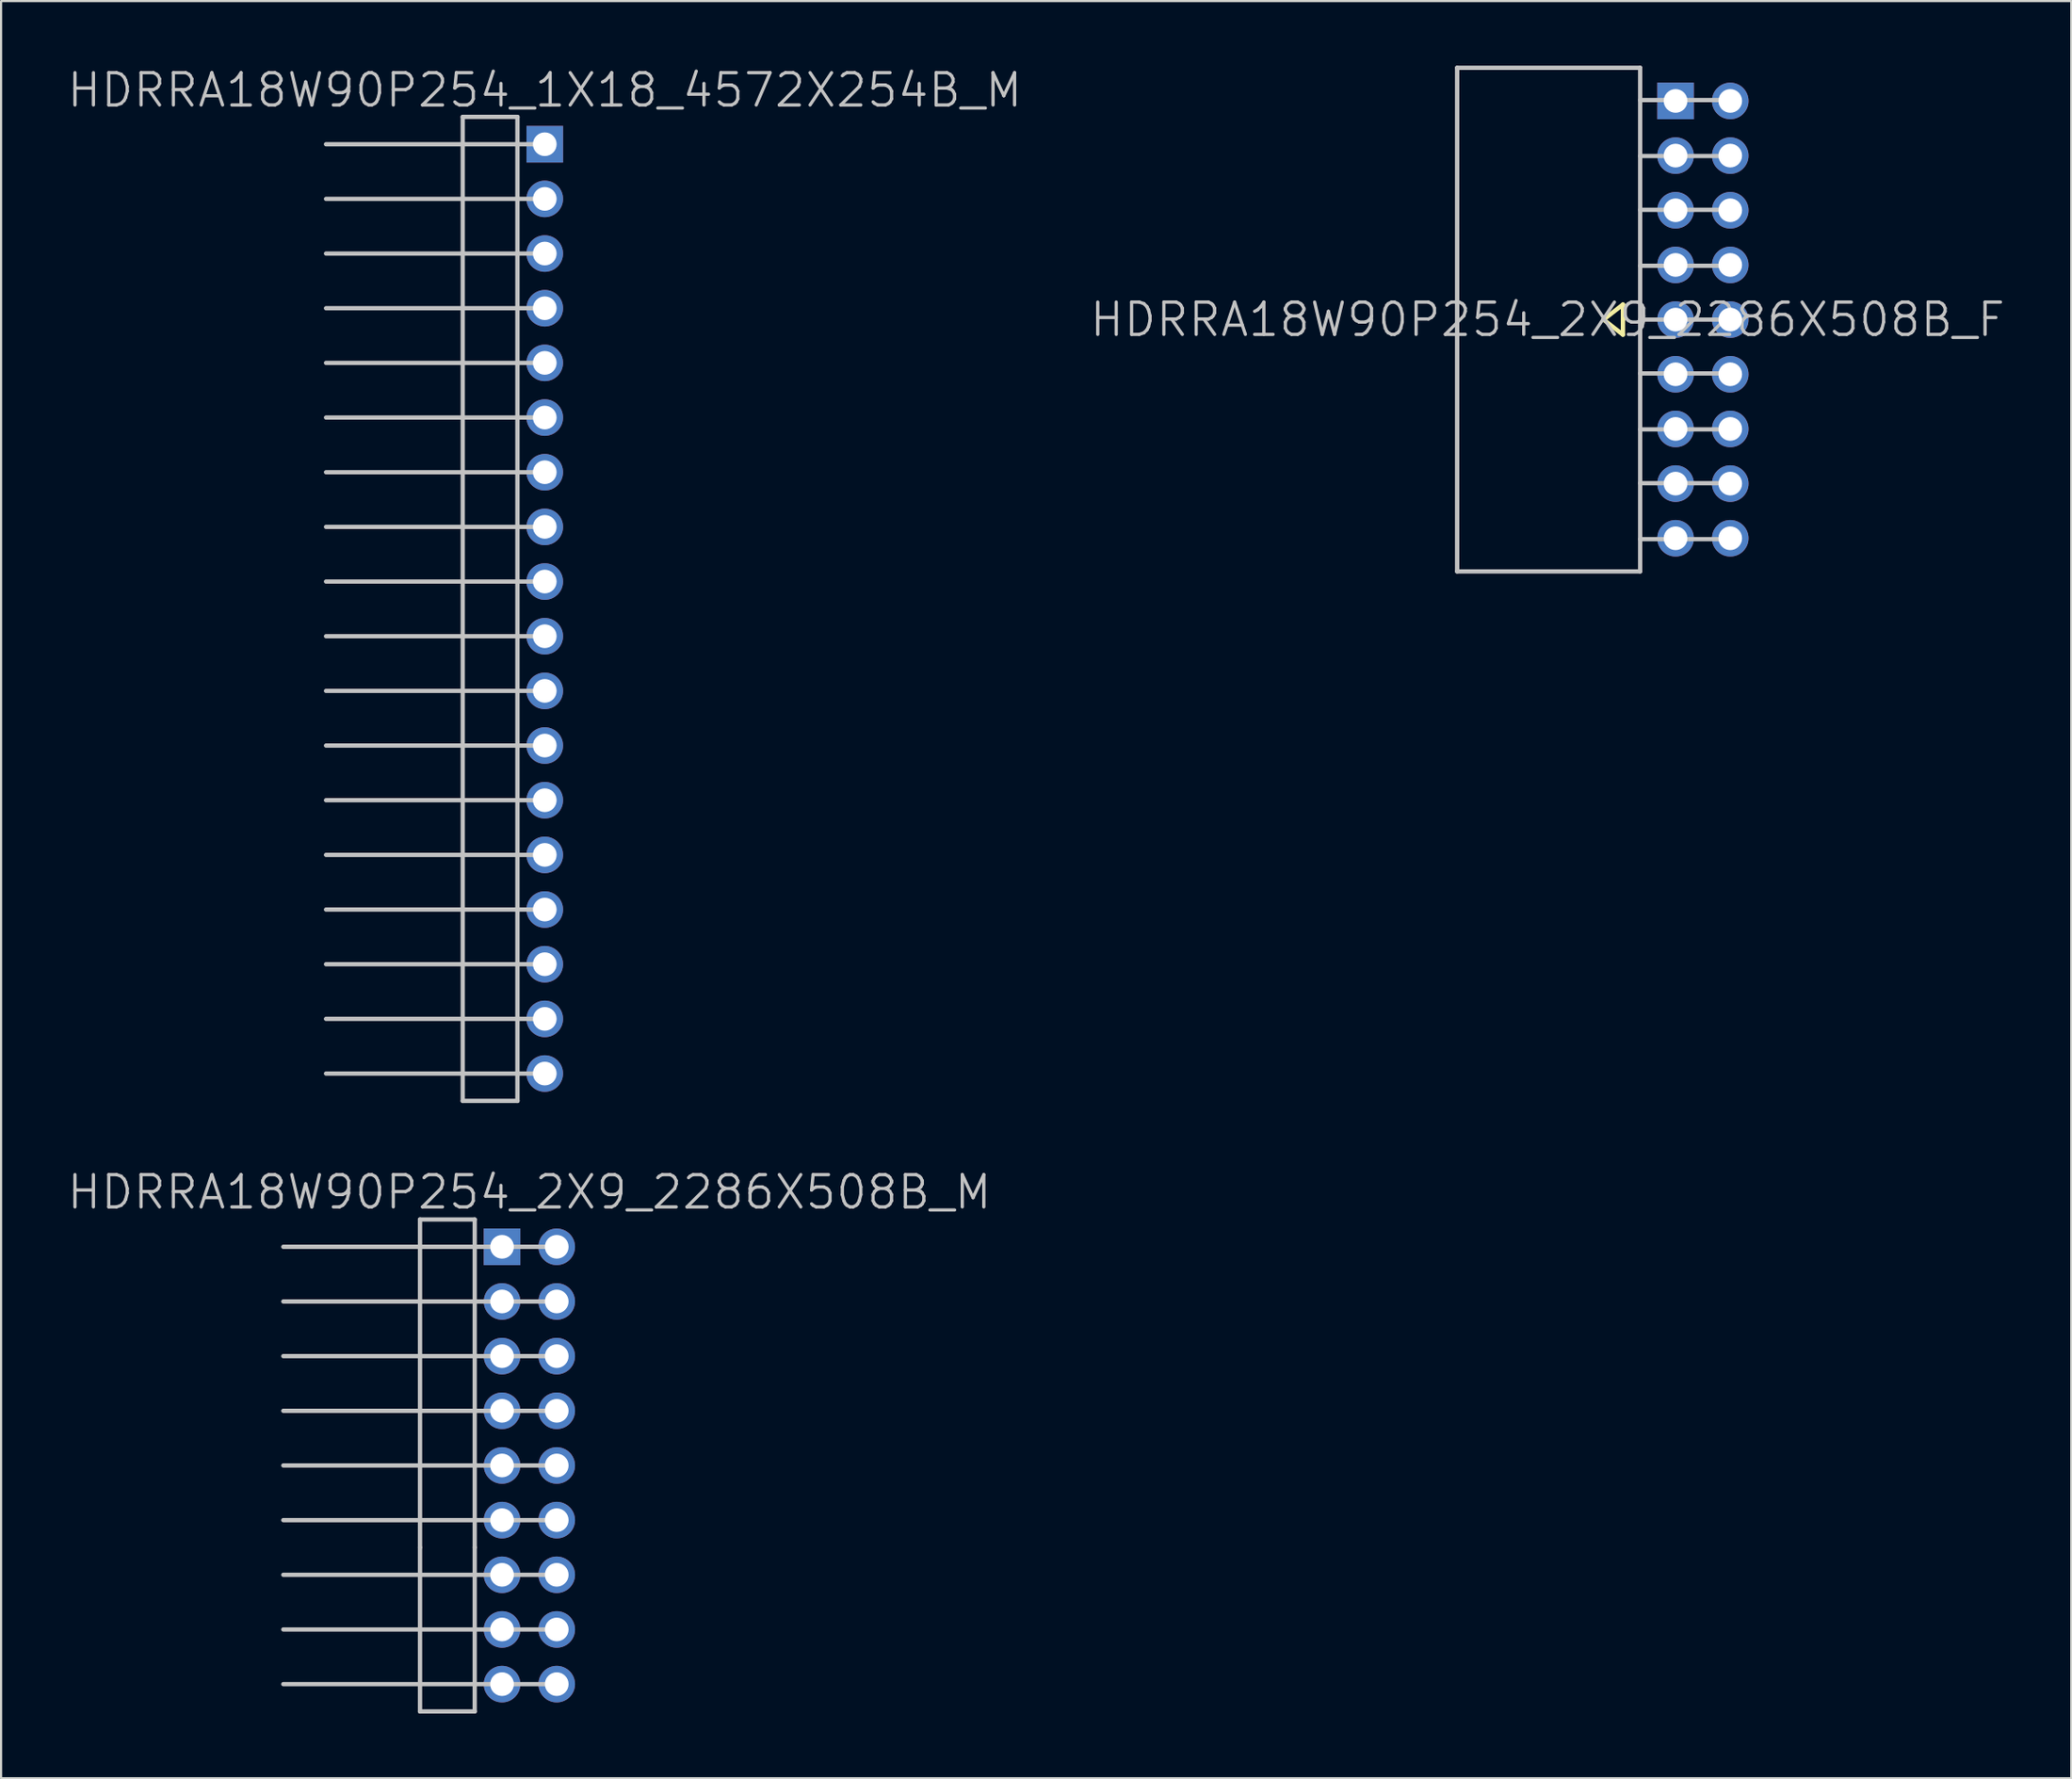
<source format=kicad_pcb>
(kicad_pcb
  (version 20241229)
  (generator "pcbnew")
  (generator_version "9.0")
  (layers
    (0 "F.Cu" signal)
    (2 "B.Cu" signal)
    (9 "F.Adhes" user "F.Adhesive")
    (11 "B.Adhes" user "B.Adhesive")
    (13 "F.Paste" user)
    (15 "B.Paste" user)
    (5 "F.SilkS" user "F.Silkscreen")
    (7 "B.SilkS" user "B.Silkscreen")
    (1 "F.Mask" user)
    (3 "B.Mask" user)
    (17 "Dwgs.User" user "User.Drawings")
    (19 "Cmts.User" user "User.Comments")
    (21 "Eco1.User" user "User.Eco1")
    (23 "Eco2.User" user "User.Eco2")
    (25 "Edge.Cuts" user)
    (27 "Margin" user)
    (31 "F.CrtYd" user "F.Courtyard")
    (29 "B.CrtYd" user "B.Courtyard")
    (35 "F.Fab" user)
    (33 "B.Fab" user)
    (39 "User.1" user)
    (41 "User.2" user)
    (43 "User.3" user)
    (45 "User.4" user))
  (footprint "HDRRA18W90P254_1X18_4572X254B_M"
    (layer "F.Cu")
    (at 22.254 25.241)
    (property "Reference" "HDRRA18W90P254_1X18_4572X254B_M" (at 0 -24.1 180) (layer "Dwgs.User") (effects (font (size 1.5 1.5) (thickness 0.15))))
    (attr through_hole)
    (fp_line (start -10.16 -16.51) (end 0 -16.51) (stroke (width 0.2) (type solid)) (layer "Dwgs.User"))
    (fp_line (start -10.16 8.89) (end 0 8.89) (stroke (width 0.2) (type solid)) (layer "Dwgs.User"))
    (fp_line (start -3.81 -22.86) (end -1.27 -22.86) (stroke (width 0.2) (type solid)) (layer "Dwgs.User"))
    (fp_line (start -3.81 22.86) (end -3.81 -22.86) (stroke (width 0.2) (type solid)) (layer "Dwgs.User"))
    (fp_line (start -1.27 -22.86) (end -1.27 22.86) (stroke (width 0.2) (type solid)) (layer "Dwgs.User"))
    (fp_line (start -1.27 22.86) (end -3.81 22.86) (stroke (width 0.2) (type solid)) (layer "Dwgs.User"))
    (fp_line (start 0 -21.59) (end -10.16 -21.59) (stroke (width 0.2) (type solid)) (layer "Dwgs.User"))
    (fp_line (start 0 -19.05) (end -10.16 -19.05) (stroke (width 0.2) (type solid)) (layer "Dwgs.User"))
    (fp_line (start 0 -13.97) (end -10.16 -13.97) (stroke (width 0.2) (type solid)) (layer "Dwgs.User"))
    (fp_line (start 0 -11.43) (end -10.16 -11.43) (stroke (width 0.2) (type solid)) (layer "Dwgs.User"))
    (fp_line (start 0 -8.89) (end -10.16 -8.89) (stroke (width 0.2) (type solid)) (layer "Dwgs.User"))
    (fp_line (start 0 -6.35) (end -10.16 -6.35) (stroke (width 0.2) (type solid)) (layer "Dwgs.User"))
    (fp_line (start 0 -3.81) (end -10.16 -3.81) (stroke (width 0.2) (type solid)) (layer "Dwgs.User"))
    (fp_line (start 0 -1.27) (end -10.16 -1.27) (stroke (width 0.2) (type solid)) (layer "Dwgs.User"))
    (fp_line (start 0 1.27) (end -10.16 1.27) (stroke (width 0.2) (type solid)) (layer "Dwgs.User"))
    (fp_line (start 0 3.81) (end -10.16 3.81) (stroke (width 0.2) (type solid)) (layer "Dwgs.User"))
    (fp_line (start 0 6.35) (end -10.16 6.35) (stroke (width 0.2) (type solid)) (layer "Dwgs.User"))
    (fp_line (start 0 11.43) (end -10.16 11.43) (stroke (width 0.2) (type solid)) (layer "Dwgs.User"))
    (fp_line (start 0 13.97) (end -10.16 13.97) (stroke (width 0.2) (type solid)) (layer "Dwgs.User"))
    (fp_line (start 0 16.51) (end -10.16 16.51) (stroke (width 0.2) (type solid)) (layer "Dwgs.User"))
    (fp_line (start 0 19.05) (end -10.16 19.05) (stroke (width 0.2) (type solid)) (layer "Dwgs.User"))
    (fp_line (start 0 21.59) (end -10.16 21.59) (stroke (width 0.2) (type solid)) (layer "Dwgs.User"))
    (pad "1" thru_hole rect (at 0 -21.59) (size 1.7 1.7) (drill 1.1) (layers "*.Cu" "*.Mask"))
    (pad "2" thru_hole circle (at 0 -19.05 270) (size 1.7 1.7) (drill 1.1) (layers "*.Cu" "*.Mask"))
    (pad "3" thru_hole circle (at 0 -16.51 270) (size 1.7 1.7) (drill 1.1) (layers "*.Cu" "*.Mask"))
    (pad "4" thru_hole circle (at 0 -13.97 270) (size 1.7 1.7) (drill 1.1) (layers "*.Cu" "*.Mask"))
    (pad "5" thru_hole circle (at 0 -11.43 270) (size 1.7 1.7) (drill 1.1) (layers "*.Cu" "*.Mask"))
    (pad "6" thru_hole circle (at 0 -8.89 270) (size 1.7 1.7) (drill 1.1) (layers "*.Cu" "*.Mask"))
    (pad "7" thru_hole circle (at 0 -6.35 270) (size 1.7 1.7) (drill 1.1) (layers "*.Cu" "*.Mask"))
    (pad "8" thru_hole circle (at 0 -3.81 270) (size 1.7 1.7) (drill 1.1) (layers "*.Cu" "*.Mask"))
    (pad "9" thru_hole circle (at 0 -1.27 270) (size 1.7 1.7) (drill 1.1) (layers "*.Cu" "*.Mask"))
    (pad "10" thru_hole circle (at 0 1.27 270) (size 1.7 1.7) (drill 1.1) (layers "*.Cu" "*.Mask"))
    (pad "11" thru_hole circle (at 0 3.81 270) (size 1.7 1.7) (drill 1.1) (layers "*.Cu" "*.Mask"))
    (pad "12" thru_hole circle (at 0 6.35 270) (size 1.7 1.7) (drill 1.1) (layers "*.Cu" "*.Mask"))
    (pad "13" thru_hole circle (at 0 8.89 270) (size 1.7 1.7) (drill 1.1) (layers "*.Cu" "*.Mask"))
    (pad "14" thru_hole circle (at 0 11.43 270) (size 1.7 1.7) (drill 1.1) (layers "*.Cu" "*.Mask"))
    (pad "15" thru_hole circle (at 0 13.97 270) (size 1.7 1.7) (drill 1.1) (layers "*.Cu" "*.Mask"))
    (pad "16" thru_hole circle (at 0 16.51 270) (size 1.7 1.7) (drill 1.1) (layers "*.Cu" "*.Mask"))
    (pad "17" thru_hole circle (at 0 19.05 270) (size 1.7 1.7) (drill 1.1) (layers "*.Cu" "*.Mask"))
    (pad "18" thru_hole circle (at 0 21.59 270) (size 1.7 1.7) (drill 1.1) (layers "*.Cu" "*.Mask")))
  (footprint "HDRRA18W90P254_2X9_2286X508B_F"
    (layer "F.Cu")
    (at 71.132 11.8)
    (property "Reference" "HDRRA18W90P254_2X9_2286X508B_F" (at -2.3 0 180) (layer "Dwgs.User") (effects (font (size 1.5 1.5) (thickness 0.15))))
    (attr through_hole)
    (fp_line (start 0.3 0) (end 1.2 0.7) (stroke (width 0.2) (type solid)) (layer "F.SilkS"))
    (fp_line (start 1.2 -0.7) (end 0.3 0) (stroke (width 0.2) (type solid)) (layer "F.SilkS"))
    (fp_line (start 1.2 0) (end 1.2 -0.7) (stroke (width 0.2) (type solid)) (layer "F.SilkS"))
    (fp_line (start 1.2 0.7) (end 1.2 0) (stroke (width 0.2) (type solid)) (layer "F.SilkS"))
    (fp_line (start -6.5 -11.7) (end -6.5 11.7) (stroke (width 0.2) (type solid)) (layer "Dwgs.User"))
    (fp_line (start 2 -11.7) (end -6.5 -11.7) (stroke (width 0.2) (type solid)) (layer "Dwgs.User"))
    (fp_line (start 2 -11.7) (end 2 11.7) (stroke (width 0.2) (type solid)) (layer "Dwgs.User"))
    (fp_line (start 2 11.7) (end -6.5 11.7) (stroke (width 0.2) (type solid)) (layer "Dwgs.User"))
    (fp_line (start 6.2 -10.2) (end 2 -10.2) (stroke (width 0.2) (type solid)) (layer "Dwgs.User"))
    (fp_line (start 6.2 -7.6) (end 2 -7.6) (stroke (width 0.2) (type solid)) (layer "Dwgs.User"))
    (fp_line (start 6.2 -5.1) (end 2 -5.1) (stroke (width 0.2) (type solid)) (layer "Dwgs.User"))
    (fp_line (start 6.2 -2.5) (end 2 -2.5) (stroke (width 0.2) (type solid)) (layer "Dwgs.User"))
    (fp_line (start 6.2 0) (end 2 0) (stroke (width 0.2) (type solid)) (layer "Dwgs.User"))
    (fp_line (start 6.2 2.5) (end 2 2.5) (stroke (width 0.2) (type solid)) (layer "Dwgs.User"))
    (fp_line (start 6.2 5.1) (end 2 5.1) (stroke (width 0.2) (type solid)) (layer "Dwgs.User"))
    (fp_line (start 6.2 7.6) (end 2 7.6) (stroke (width 0.2) (type solid)) (layer "Dwgs.User"))
    (fp_line (start 6.2 10.2) (end 2 10.2) (stroke (width 0.2) (type solid)) (layer "Dwgs.User"))
    (pad "1" thru_hole rect (at 3.645 -10.16) (size 1.7 1.7) (drill 1.1) (layers "*.Cu" "*.Mask"))
    (pad "2" thru_hole circle (at 6.185 -10.16 270) (size 1.7 1.7) (drill 1.1) (layers "*.Cu" "*.Mask"))
    (pad "3" thru_hole circle (at 3.645 -7.62 270) (size 1.7 1.7) (drill 1.1) (layers "*.Cu" "*.Mask"))
    (pad "4" thru_hole circle (at 6.185 -7.62 270) (size 1.7 1.7) (drill 1.1) (layers "*.Cu" "*.Mask"))
    (pad "5" thru_hole circle (at 3.645 -5.08 270) (size 1.7 1.7) (drill 1.1) (layers "*.Cu" "*.Mask"))
    (pad "6" thru_hole circle (at 6.185 -5.08 270) (size 1.7 1.7) (drill 1.1) (layers "*.Cu" "*.Mask"))
    (pad "7" thru_hole circle (at 3.645 -2.54 270) (size 1.7 1.7) (drill 1.1) (layers "*.Cu" "*.Mask"))
    (pad "8" thru_hole circle (at 6.185 -2.54 270) (size 1.7 1.7) (drill 1.1) (layers "*.Cu" "*.Mask"))
    (pad "9" thru_hole circle (at 3.645 0 270) (size 1.7 1.7) (drill 1.1) (layers "*.Cu" "*.Mask"))
    (pad "10" thru_hole circle (at 6.185 0 270) (size 1.7 1.7) (drill 1.1) (layers "*.Cu" "*.Mask"))
    (pad "11" thru_hole circle (at 3.645 2.54 270) (size 1.7 1.7) (drill 1.1) (layers "*.Cu" "*.Mask"))
    (pad "12" thru_hole circle (at 6.185 2.54 270) (size 1.7 1.7) (drill 1.1) (layers "*.Cu" "*.Mask"))
    (pad "13" thru_hole circle (at 3.645 5.08 270) (size 1.7 1.7) (drill 1.1) (layers "*.Cu" "*.Mask"))
    (pad "14" thru_hole circle (at 6.185 5.08 270) (size 1.7 1.7) (drill 1.1) (layers "*.Cu" "*.Mask"))
    (pad "15" thru_hole circle (at 3.645 7.62 270) (size 1.7 1.7) (drill 1.1) (layers "*.Cu" "*.Mask"))
    (pad "16" thru_hole circle (at 6.185 7.62 270) (size 1.7 1.7) (drill 1.1) (layers "*.Cu" "*.Mask"))
    (pad "17" thru_hole circle (at 3.645 10.16 270) (size 1.7 1.7) (drill 1.1) (layers "*.Cu" "*.Mask"))
    (pad "18" thru_hole circle (at 6.185 10.16 270) (size 1.7 1.7) (drill 1.1) (layers "*.Cu" "*.Mask")))
  (footprint "HDRRA18W90P254_2X9_2286X508B_M"
    (layer "F.Cu")
    (at 21.539 65.041)
    (property "Reference" "HDRRA18W90P254_2X9_2286X508B_M" (at 0 -12.7 180) (layer "Dwgs.User") (effects (font (size 1.5 1.5) (thickness 0.15))))
    (attr through_hole)
    (fp_line (start -11.43 -5.08) (end 1.27 -5.08) (stroke (width 0.2) (type solid)) (layer "Dwgs.User"))
    (fp_line (start -5.08 -11.43) (end -2.54 -11.43) (stroke (width 0.2) (type solid)) (layer "Dwgs.User"))
    (fp_line (start -5.08 3.81) (end -5.08 -11.43) (stroke (width 0.2) (type solid)) (layer "Dwgs.User"))
    (fp_line (start -5.08 11.43) (end -5.08 3.81) (stroke (width 0.2) (type solid)) (layer "Dwgs.User"))
    (fp_line (start -2.54 -11.43) (end -2.54 3.81) (stroke (width 0.2) (type solid)) (layer "Dwgs.User"))
    (fp_line (start -2.54 3.81) (end -2.54 11.43) (stroke (width 0.2) (type solid)) (layer "Dwgs.User"))
    (fp_line (start -2.54 11.43) (end -5.08 11.43) (stroke (width 0.2) (type solid)) (layer "Dwgs.User"))
    (fp_line (start 1.27 -10.16) (end -11.43 -10.16) (stroke (width 0.2) (type solid)) (layer "Dwgs.User"))
    (fp_line (start 1.27 -7.62) (end -11.43 -7.62) (stroke (width 0.2) (type solid)) (layer "Dwgs.User"))
    (fp_line (start 1.27 -2.54) (end -11.43 -2.54) (stroke (width 0.2) (type solid)) (layer "Dwgs.User"))
    (fp_line (start 1.27 0) (end -11.43 0) (stroke (width 0.2) (type solid)) (layer "Dwgs.User"))
    (fp_line (start 1.27 2.54) (end -11.43 2.54) (stroke (width 0.2) (type solid)) (layer "Dwgs.User"))
    (fp_line (start 1.27 5.08) (end -11.43 5.08) (stroke (width 0.2) (type solid)) (layer "Dwgs.User"))
    (fp_line (start 1.27 7.62) (end -11.43 7.62) (stroke (width 0.2) (type solid)) (layer "Dwgs.User"))
    (fp_line (start 1.27 10.16) (end -11.43 10.16) (stroke (width 0.2) (type solid)) (layer "Dwgs.User"))
    (pad "1" thru_hole rect (at -1.27 -10.16) (size 1.7 1.7) (drill 1.1) (layers "*.Cu" "*.Mask"))
    (pad "2" thru_hole circle (at 1.27 -10.16 270) (size 1.7 1.7) (drill 1.1) (layers "*.Cu" "*.Mask"))
    (pad "3" thru_hole circle (at -1.27 -7.62 270) (size 1.7 1.7) (drill 1.1) (layers "*.Cu" "*.Mask"))
    (pad "4" thru_hole circle (at 1.27 -7.62 270) (size 1.7 1.7) (drill 1.1) (layers "*.Cu" "*.Mask"))
    (pad "5" thru_hole circle (at -1.27 -5.08 270) (size 1.7 1.7) (drill 1.1) (layers "*.Cu" "*.Mask"))
    (pad "6" thru_hole circle (at 1.27 -5.08 270) (size 1.7 1.7) (drill 1.1) (layers "*.Cu" "*.Mask"))
    (pad "7" thru_hole circle (at -1.27 -2.54 270) (size 1.7 1.7) (drill 1.1) (layers "*.Cu" "*.Mask"))
    (pad "8" thru_hole circle (at 1.27 -2.54 270) (size 1.7 1.7) (drill 1.1) (layers "*.Cu" "*.Mask"))
    (pad "9" thru_hole circle (at -1.27 0 270) (size 1.7 1.7) (drill 1.1) (layers "*.Cu" "*.Mask"))
    (pad "10" thru_hole circle (at 1.27 0 270) (size 1.7 1.7) (drill 1.1) (layers "*.Cu" "*.Mask"))
    (pad "11" thru_hole circle (at -1.27 2.54 270) (size 1.7 1.7) (drill 1.1) (layers "*.Cu" "*.Mask"))
    (pad "12" thru_hole circle (at 1.27 2.54 270) (size 1.7 1.7) (drill 1.1) (layers "*.Cu" "*.Mask"))
    (pad "13" thru_hole circle (at -1.27 5.08 270) (size 1.7 1.7) (drill 1.1) (layers "*.Cu" "*.Mask"))
    (pad "14" thru_hole circle (at 1.27 5.08 270) (size 1.7 1.7) (drill 1.1) (layers "*.Cu" "*.Mask"))
    (pad "15" thru_hole circle (at -1.27 7.62 270) (size 1.7 1.7) (drill 1.1) (layers "*.Cu" "*.Mask"))
    (pad "16" thru_hole circle (at 1.27 7.62 270) (size 1.7 1.7) (drill 1.1) (layers "*.Cu" "*.Mask"))
    (pad "17" thru_hole circle (at -1.27 10.16 270) (size 1.7 1.7) (drill 1.1) (layers "*.Cu" "*.Mask"))
    (pad "18" thru_hole circle (at 1.27 10.16 270) (size 1.7 1.7) (drill 1.1) (layers "*.Cu" "*.Mask")))
  (gr_rect
    (start -3 -3)
    (end 93.157 79.572)
    (stroke (width 0.1) (type default))
    (fill no)
    (layer "Edge.Cuts")))
</source>
